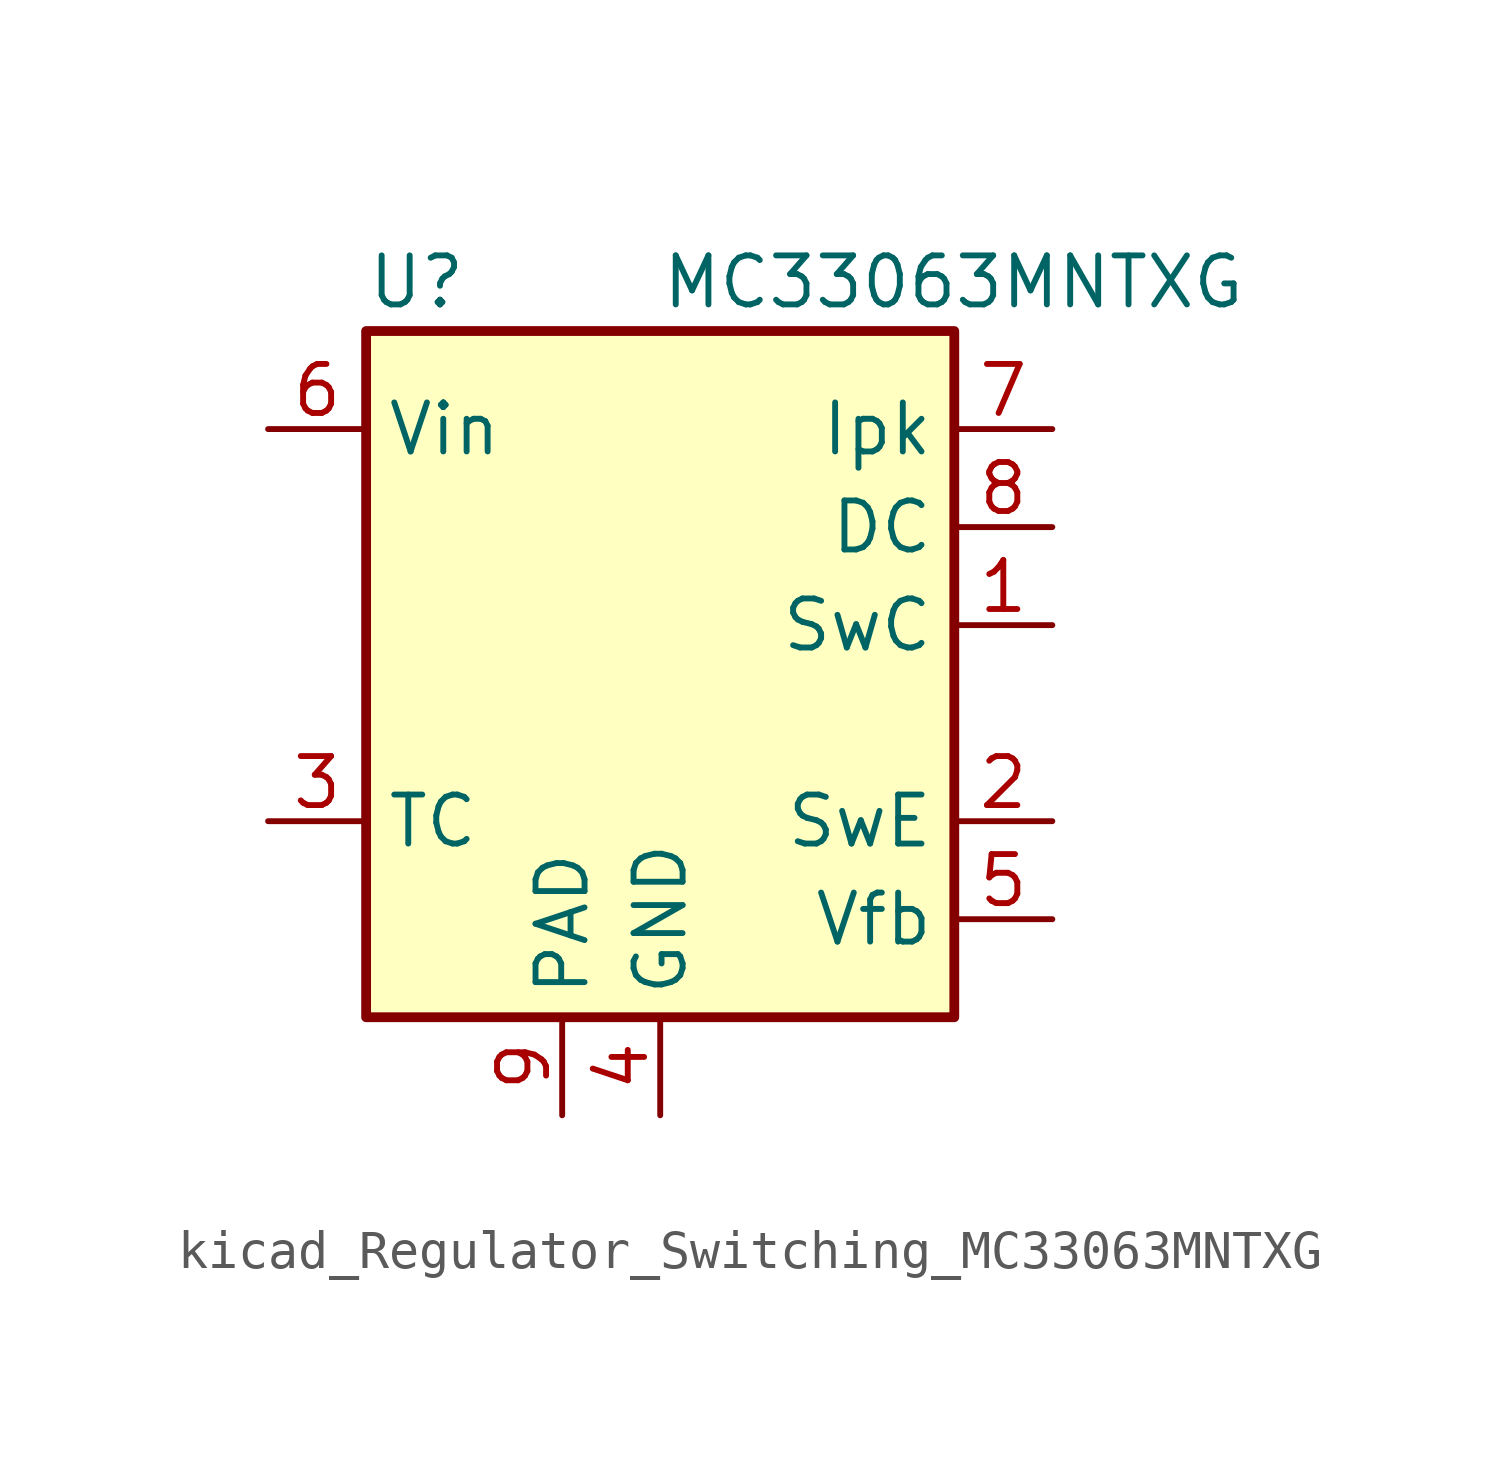
<source format=kicad_sym>
(kicad_symbol_lib
  (version 20220914)
  (generator kicad_symbol_editor)
  (symbol "kicad_Regulator_Switching_MC33063MNTXG"
    (property "Reference" "U"
      (at -7.62 8.89 0)
      (effects (font (size 1.27 1.27)) (justify left)))
    (property "Value" "MC33063MNTXG"
      (at 0 8.89 0)
      (effects (font (size 1.27 1.27)) (justify left)))
    (symbol "kicad_Regulator_Switching_MC33063MNTXG_0_1"
      (rectangle (start -7.62 7.62) (end 7.62 -10.16) (stroke (width 0.254) (type default)) (fill (type background))))
    (symbol "kicad_Regulator_Switching_MC33063MNTXG_1_1"
      (pin open_collector line (at 10.16 0 180) (length 2.54) (name "SwC" (effects (font (size 1.27 1.27)))) (number "1" (effects (font (size 1.27 1.27)))))
      (pin open_emitter line (at 10.16 -5.08 180) (length 2.54) (name "SwE" (effects (font (size 1.27 1.27)))) (number "2" (effects (font (size 1.27 1.27)))))
      (pin passive line (at -10.16 -5.08 0) (length 2.54) (name "TC" (effects (font (size 1.27 1.27)))) (number "3" (effects (font (size 1.27 1.27)))))
      (pin power_in line (at 0 -12.7 90) (length 2.54) (name "GND" (effects (font (size 1.27 1.27)))) (number "4" (effects (font (size 1.27 1.27)))))
      (pin input line (at 10.16 -7.62 180) (length 2.54) (name "Vfb" (effects (font (size 1.27 1.27)))) (number "5" (effects (font (size 1.27 1.27)))))
      (pin power_in line (at -10.16 5.08 0) (length 2.54) (name "Vin" (effects (font (size 1.27 1.27)))) (number "6" (effects (font (size 1.27 1.27)))))
      (pin input line (at 10.16 5.08 180) (length 2.54) (name "Ipk" (effects (font (size 1.27 1.27)))) (number "7" (effects (font (size 1.27 1.27)))))
      (pin open_collector line (at 10.16 2.54 180) (length 2.54) (name "DC" (effects (font (size 1.27 1.27)))) (number "8" (effects (font (size 1.27 1.27)))))
      (pin passive line (at -2.54 -12.7 90) (length 2.54) (name "PAD" (effects (font (size 1.27 1.27)))) (number "9" (effects (font (size 1.27 1.27))))))))
</source>
